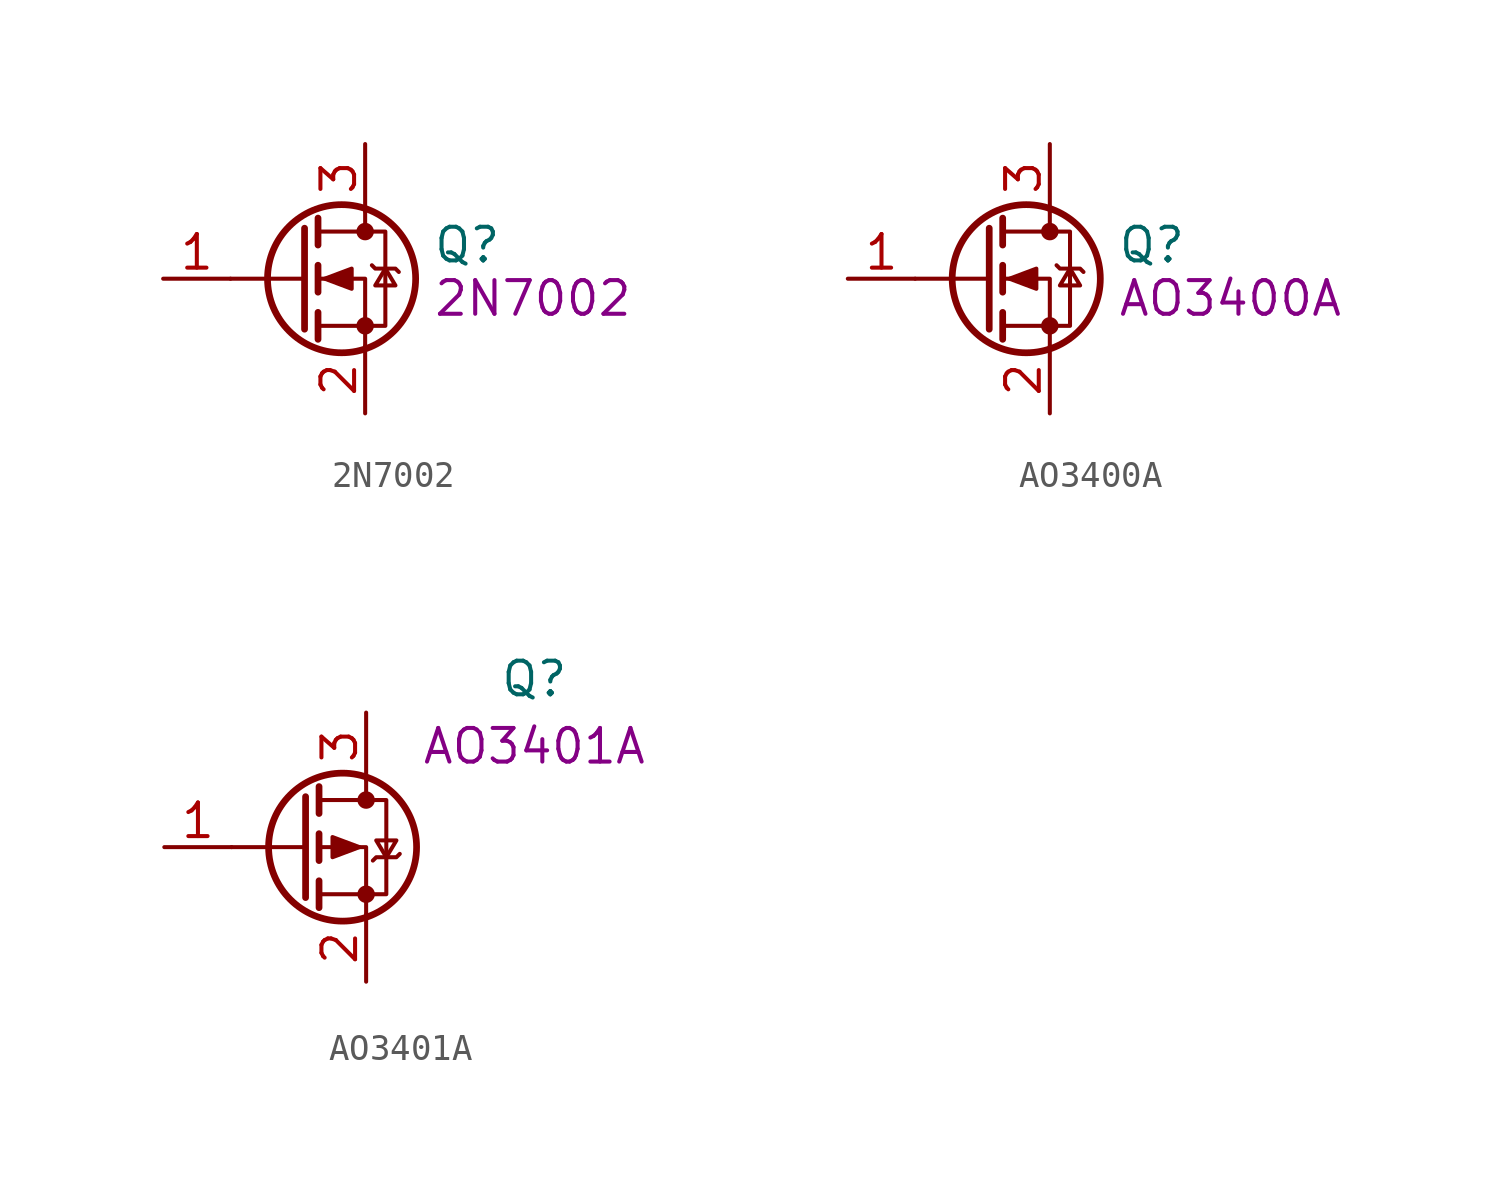
<source format=kicad_sym>
(kicad_symbol_lib
  (version 20220914)
  (generator kicad_symbol_editor)
  (symbol "2N7002"
    (pin_names hide)
    (property "Reference" "Q"
      (at 3.81 1.27 0)
      (effects (font (size 1.27 1.27)) (justify left)))
    (property "UserValue" "2N7002"
      (at 3.81 0 0)
      (effects (font (size 1.27 1.27)) (justify left top)))
    (symbol "2N7002_0_1"
      (polyline (pts (xy -1.016 0) (xy -3.81 0)) (stroke (width 0) (type default)) (fill (type none)))
      (polyline (pts (xy -1.016 1.905) (xy -1.016 -1.905)) (stroke (width 0.254) (type default)) (fill (type none)))
      (polyline (pts (xy -0.508 -1.27) (xy -0.508 -2.286)) (stroke (width 0.254) (type default)) (fill (type none)))
      (polyline (pts (xy -0.508 0.508) (xy -0.508 -0.508)) (stroke (width 0.254) (type default)) (fill (type none)))
      (polyline (pts (xy -0.508 2.286) (xy -0.508 1.27)) (stroke (width 0.254) (type default)) (fill (type none)))
      (polyline (pts (xy 1.27 2.54) (xy 1.27 1.778)) (stroke (width 0) (type default)) (fill (type none)))
      (polyline (pts (xy 1.27 -2.54) (xy 1.27 0) (xy -0.508 0)) (stroke (width 0) (type default)) (fill (type none)))
      (polyline (pts (xy -0.508 -1.778) (xy 2.032 -1.778) (xy 2.032 1.778) (xy -0.508 1.778)) (stroke (width 0) (type default)) (fill (type none)))
      (polyline (pts (xy -0.254 0) (xy 0.762 0.381) (xy 0.762 -0.381) (xy -0.254 0)) (stroke (width 0) (type default)) (fill (type outline)))
      (polyline (pts (xy 1.524 0.508) (xy 1.651 0.381) (xy 2.413 0.381) (xy 2.54 0.254)) (stroke (width 0) (type default)) (fill (type none)))
      (polyline (pts (xy 2.032 0.381) (xy 1.651 -0.254) (xy 2.413 -0.254) (xy 2.032 0.381)) (stroke (width 0) (type default)) (fill (type none)))
      (circle (center 0.381 0) (radius 2.794) (stroke (width 0.254) (type default)) (fill (type none)))
      (circle (center 1.27 -1.778) (radius 0.254) (stroke (width 0) (type default)) (fill (type outline)))
      (circle (center 1.27 1.778) (radius 0.254) (stroke (width 0) (type default)) (fill (type outline))))
    (symbol "2N7002_1_1"
      (pin input line (at -6.35 0 0) (length 2.54) (name "G" (effects (font (size 1.27 1.27)))) (number "1" (effects (font (size 1.27 1.27)))))
      (pin passive line (at 1.27 -5.08 90) (length 2.54) (name "S" (effects (font (size 1.27 1.27)))) (number "2" (effects (font (size 1.27 1.27)))))
      (pin passive line (at 1.27 5.08 270) (length 2.54) (name "D" (effects (font (size 1.27 1.27)))) (number "3" (effects (font (size 1.27 1.27)))))))
  (symbol "AO3400A"
    (pin_names hide)
    (property "Reference" "Q"
      (at 3.81 1.27 0)
      (effects (font (size 1.27 1.27)) (justify left)))
    (property "UserValue" "AO3400A"
      (at 3.81 0 0)
      (effects (font (size 1.27 1.27)) (justify left top)))
    (symbol "AO3400A_0_1"
      (polyline (pts (xy -1.016 0) (xy -3.81 0)) (stroke (width 0) (type default)) (fill (type none)))
      (polyline (pts (xy -1.016 1.905) (xy -1.016 -1.905)) (stroke (width 0.254) (type default)) (fill (type none)))
      (polyline (pts (xy -0.508 -1.27) (xy -0.508 -2.286)) (stroke (width 0.254) (type default)) (fill (type none)))
      (polyline (pts (xy -0.508 0.508) (xy -0.508 -0.508)) (stroke (width 0.254) (type default)) (fill (type none)))
      (polyline (pts (xy -0.508 2.286) (xy -0.508 1.27)) (stroke (width 0.254) (type default)) (fill (type none)))
      (polyline (pts (xy 1.27 2.54) (xy 1.27 1.778)) (stroke (width 0) (type default)) (fill (type none)))
      (polyline (pts (xy 1.27 -2.54) (xy 1.27 0) (xy -0.508 0)) (stroke (width 0) (type default)) (fill (type none)))
      (polyline (pts (xy -0.508 -1.778) (xy 2.032 -1.778) (xy 2.032 1.778) (xy -0.508 1.778)) (stroke (width 0) (type default)) (fill (type none)))
      (polyline (pts (xy -0.254 0) (xy 0.762 0.381) (xy 0.762 -0.381) (xy -0.254 0)) (stroke (width 0) (type default)) (fill (type outline)))
      (polyline (pts (xy 1.524 0.508) (xy 1.651 0.381) (xy 2.413 0.381) (xy 2.54 0.254)) (stroke (width 0) (type default)) (fill (type none)))
      (polyline (pts (xy 2.032 0.381) (xy 1.651 -0.254) (xy 2.413 -0.254) (xy 2.032 0.381)) (stroke (width 0) (type default)) (fill (type none)))
      (circle (center 0.381 0) (radius 2.794) (stroke (width 0.254) (type default)) (fill (type none)))
      (circle (center 1.27 -1.778) (radius 0.254) (stroke (width 0) (type default)) (fill (type outline)))
      (circle (center 1.27 1.778) (radius 0.254) (stroke (width 0) (type default)) (fill (type outline))))
    (symbol "AO3400A_1_1"
      (pin input line (at -6.35 0 0) (length 2.54) (name "G" (effects (font (size 1.27 1.27)))) (number "1" (effects (font (size 1.27 1.27)))))
      (pin passive line (at 1.27 -5.08 90) (length 2.54) (name "S" (effects (font (size 1.27 1.27)))) (number "2" (effects (font (size 1.27 1.27)))))
      (pin passive line (at 1.27 5.08 270) (length 2.54) (name "D" (effects (font (size 1.27 1.27)))) (number "3" (effects (font (size 1.27 1.27)))))))
  (symbol "AO3401A"
    (pin_names hide)
    (property "Reference" "Q"
      (at 7.62 6.35 0)
      (effects (font (size 1.27 1.27))))
    (property "UserValue" "AO3401A"
      (at 7.62 3.81 0)
      (effects (font (size 1.27 1.27))))
    (symbol "AO3401A_0_1"
      (polyline (pts (xy -1.016 0) (xy -3.81 0)) (stroke (width 0) (type default)) (fill (type none)))
      (polyline (pts (xy -1.016 1.905) (xy -1.016 -1.905)) (stroke (width 0.254) (type default)) (fill (type none)))
      (polyline (pts (xy -0.508 -1.27) (xy -0.508 -2.286)) (stroke (width 0.254) (type default)) (fill (type none)))
      (polyline (pts (xy -0.508 0.508) (xy -0.508 -0.508)) (stroke (width 0.254) (type default)) (fill (type none)))
      (polyline (pts (xy -0.508 2.286) (xy -0.508 1.27)) (stroke (width 0.254) (type default)) (fill (type none)))
      (polyline (pts (xy 1.27 2.54) (xy 1.27 1.778)) (stroke (width 0) (type default)) (fill (type none)))
      (polyline (pts (xy 1.27 -2.54) (xy 1.27 0) (xy -0.508 0)) (stroke (width 0) (type default)) (fill (type none)))
      (polyline (pts (xy -0.508 1.778) (xy 2.032 1.778) (xy 2.032 -1.778) (xy -0.508 -1.778)) (stroke (width 0) (type default)) (fill (type none)))
      (polyline (pts (xy 1.016 0) (xy 0 0.381) (xy 0 -0.381) (xy 1.016 0)) (stroke (width 0) (type default)) (fill (type outline)))
      (polyline (pts (xy 1.524 -0.508) (xy 1.651 -0.381) (xy 2.413 -0.381) (xy 2.54 -0.254)) (stroke (width 0) (type default)) (fill (type none)))
      (polyline (pts (xy 2.032 -0.381) (xy 1.651 0.254) (xy 2.413 0.254) (xy 2.032 -0.381)) (stroke (width 0) (type default)) (fill (type none)))
      (circle (center 0.381 0) (radius 2.794) (stroke (width 0.254) (type default)) (fill (type none)))
      (circle (center 1.27 -1.778) (radius 0.254) (stroke (width 0) (type default)) (fill (type outline)))
      (circle (center 1.27 1.778) (radius 0.254) (stroke (width 0) (type default)) (fill (type outline))))
    (symbol "AO3401A_1_1"
      (pin input line (at -6.35 0 0) (length 2.54) (name "G" (effects (font (size 1.27 1.27)))) (number "1" (effects (font (size 1.27 1.27)))))
      (pin passive line (at 1.27 -5.08 90) (length 2.54) (name "S" (effects (font (size 1.27 1.27)))) (number "2" (effects (font (size 1.27 1.27)))))
      (pin passive line (at 1.27 5.08 270) (length 2.54) (name "D" (effects (font (size 1.27 1.27)))) (number "3" (effects (font (size 1.27 1.27))))))))
</source>
